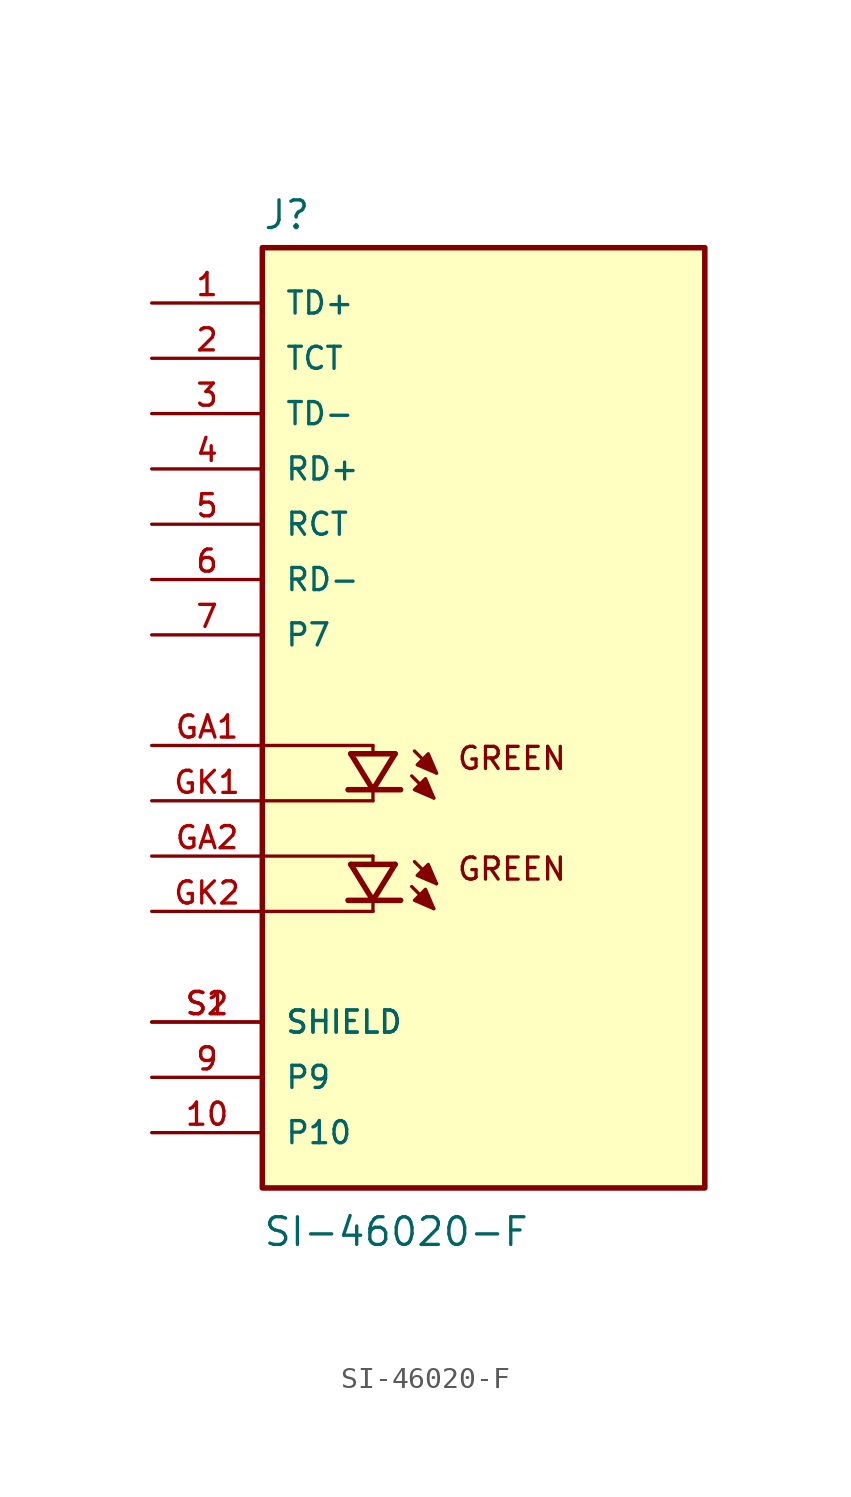
<source format=kicad_sym>
(kicad_symbol_lib
  (version 20211014)
  (generator kicad_symbol_editor)
  (symbol "SI-46020-F"
    (pin_names
      (offset 1.016))
    (property "Reference" "J"
      (at -10.16 21.082 0)
      (effects (font (size 1.27 1.27)) (justify bottom left)))
    (property "Value" "SI-46020-F"
      (at -10.16 -24.13 0)
      (effects (font (size 1.27 1.27)) (justify top left)))
    (symbol "SI-46020-F_0_0"
      (text "GREEN" (at -1.27 -2.54 0) (effects (font (size 1.016 1.016)) (justify top left)))
      (text "GREEN" (at -1.27 -7.62 0) (effects (font (size 1.016 1.016)) (justify top left)))
      (polyline (pts (xy -6.096 -2.921) (xy -5.08 -4.572)) (stroke (width 0.254)))
      (polyline (pts (xy -5.08 -4.572) (xy -4.064 -2.921)) (stroke (width 0.254)))
      (polyline (pts (xy -6.223 -4.572) (xy -5.08 -4.572)) (stroke (width 0.254)))
      (polyline (pts (xy -5.08 -4.572) (xy -3.81 -4.572)) (stroke (width 0.254)))
      (polyline (pts (xy -6.096 -2.921) (xy -4.064 -2.921)) (stroke (width 0.254)))
      (polyline (pts (xy -3.175 -2.794) (xy -2.159 -3.81)) (stroke (width 0.152)))
      (polyline (pts (xy -3.302 -3.937) (xy -2.286 -4.953)) (stroke (width 0.152)))
      (polyline (pts (xy -5.08 -2.54) (xy -5.08 -2.794)) (stroke (width 0.152)))
      (polyline (pts (xy -5.08 -4.699) (xy -5.08 -5.08)) (stroke (width 0.152)))
      (polyline (pts (xy -10.16 -2.54) (xy -5.08 -2.54)) (stroke (width 0.152)))
      (polyline (pts (xy -5.08 -5.08) (xy -10.16 -5.08)) (stroke (width 0.152)))
      (polyline (pts (xy -2.159 -3.81) (xy -2.54 -2.921) (xy -3.048 -3.429) (xy -2.159 -3.81)) (stroke (width 0.152)) (fill (type outline)))
      (polyline (pts (xy -2.286 -4.953) (xy -2.667 -4.064) (xy -3.175 -4.572) (xy -2.286 -4.953)) (stroke (width 0.152)) (fill (type outline)))
      (polyline (pts (xy -6.096 -8.001) (xy -5.08 -9.652)) (stroke (width 0.254)))
      (polyline (pts (xy -5.08 -9.652) (xy -4.064 -8.001)) (stroke (width 0.254)))
      (polyline (pts (xy -6.223 -9.652) (xy -5.08 -9.652)) (stroke (width 0.254)))
      (polyline (pts (xy -5.08 -9.652) (xy -3.81 -9.652)) (stroke (width 0.254)))
      (polyline (pts (xy -6.096 -8.001) (xy -4.064 -8.001)) (stroke (width 0.254)))
      (polyline (pts (xy -3.175 -7.874) (xy -2.159 -8.89)) (stroke (width 0.152)))
      (polyline (pts (xy -3.302 -9.017) (xy -2.286 -10.033)) (stroke (width 0.152)))
      (polyline (pts (xy -5.08 -7.62) (xy -5.08 -7.874)) (stroke (width 0.152)))
      (polyline (pts (xy -5.08 -9.779) (xy -5.08 -10.16)) (stroke (width 0.152)))
      (polyline (pts (xy -10.16 -7.62) (xy -5.08 -7.62)) (stroke (width 0.152)))
      (polyline (pts (xy -5.08 -10.16) (xy -10.16 -10.16)) (stroke (width 0.152)))
      (polyline (pts (xy -2.159 -8.89) (xy -2.54 -8.001) (xy -3.048 -8.509) (xy -2.159 -8.89)) (stroke (width 0.152)) (fill (type outline)))
      (polyline (pts (xy -2.286 -10.033) (xy -2.667 -9.144) (xy -3.175 -9.652) (xy -2.286 -10.033)) (stroke (width 0.152)) (fill (type outline)))
      (rectangle (start -10.16 -22.86) (end 10.16 20.32) (stroke (width 0.254)) (fill (type background)))
      (pin passive line (at -15.24 15.24 0) (length 5.08) (name "TCT" (effects (font (size 1.016 1.016)))) (number "2" (effects (font (size 1.016 1.016)))))
      (pin passive line (at -15.24 12.7 0) (length 5.08) (name "TD-" (effects (font (size 1.016 1.016)))) (number "3" (effects (font (size 1.016 1.016)))))
      (pin passive line (at -15.24 5.08 0) (length 5.08) (name "RD-" (effects (font (size 1.016 1.016)))) (number "6" (effects (font (size 1.016 1.016)))))
      (pin passive line (at -15.24 17.78 0) (length 5.08) (name "TD+" (effects (font (size 1.016 1.016)))) (number "1" (effects (font (size 1.016 1.016)))))
      (pin passive line (at -15.24 10.16 0) (length 5.08) (name "RD+" (effects (font (size 1.016 1.016)))) (number "4" (effects (font (size 1.016 1.016)))))
      (pin passive line (at -15.24 7.62 0) (length 5.08) (name "RCT" (effects (font (size 1.016 1.016)))) (number "5" (effects (font (size 1.016 1.016)))))
      (pin passive line (at -15.24 -15.24 0) (length 5.08) (name "SHIELD" (effects (font (size 1.016 1.016)))) (number "S1" (effects (font (size 1.016 1.016)))))
      (pin passive line (at -15.24 -15.24 0) (length 5.08) (name "SHIELD" (effects (font (size 1.016 1.016)))) (number "S2" (effects (font (size 1.016 1.016)))))
      (pin power_in line (at -15.24 -17.78 0) (length 5.08) (name "P9" (effects (font (size 1.016 1.016)))) (number "9" (effects (font (size 1.016 1.016)))))
      (pin passive line (at -15.24 -2.54 0) (length 5.08) (name "~" (effects (font (size 1.016 1.016)))) (number "GA1" (effects (font (size 1.016 1.016)))))
      (pin passive line (at -15.24 -5.08 0) (length 5.08) (name "~" (effects (font (size 1.016 1.016)))) (number "GK1" (effects (font (size 1.016 1.016)))))
      (pin passive line (at -15.24 -10.16 0) (length 5.08) (name "~" (effects (font (size 1.016 1.016)))) (number "GK2" (effects (font (size 1.016 1.016)))))
      (pin passive line (at -15.24 -7.62 0) (length 5.08) (name "~" (effects (font (size 1.016 1.016)))) (number "GA2" (effects (font (size 1.016 1.016)))))
      (pin passive line (at -15.24 2.54 0) (length 5.08) (name "P7" (effects (font (size 1.016 1.016)))) (number "7" (effects (font (size 1.016 1.016)))))
      (pin power_in line (at -15.24 -20.32 0) (length 5.08) (name "P10" (effects (font (size 1.016 1.016)))) (number "10" (effects (font (size 1.016 1.016))))))))
</source>
